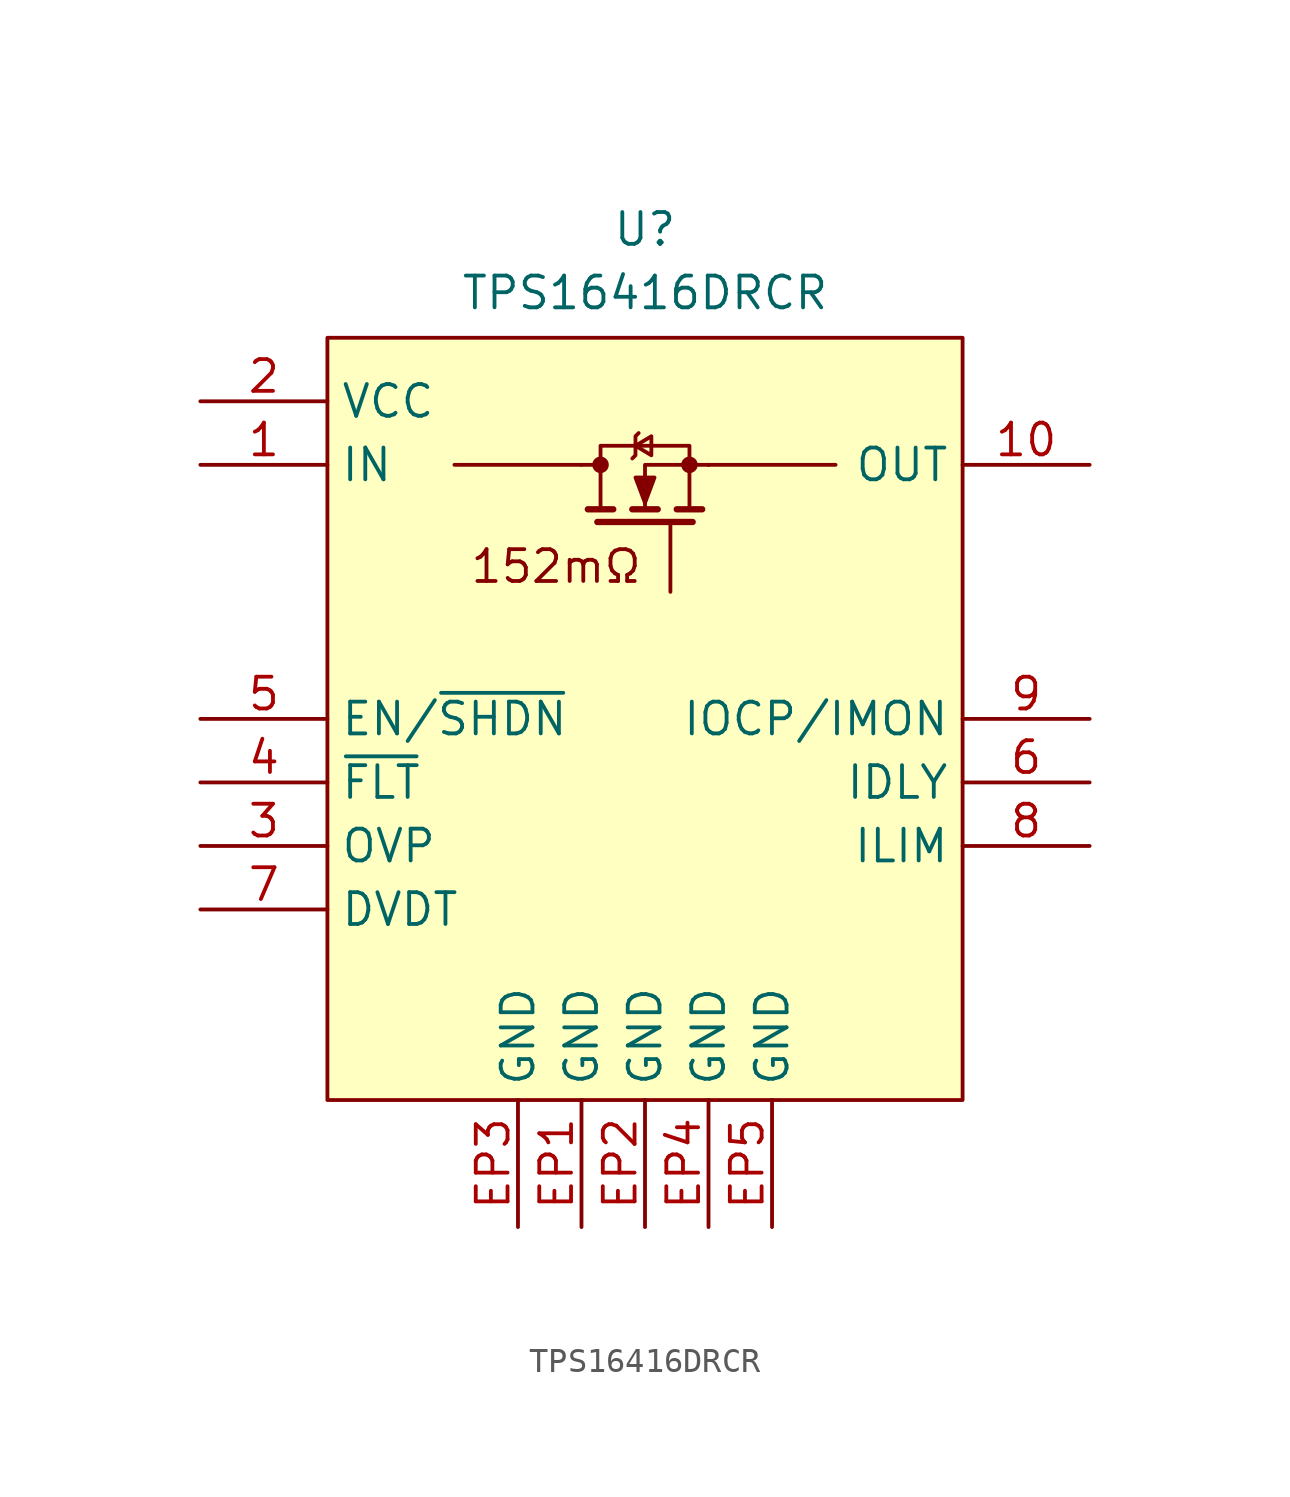
<source format=kicad_sym>
(kicad_symbol_lib
  (version 20231120)
  (generator "kicad_symbol_editor")
  (generator_version "8.0")
  (symbol "TPS16416DRCR"
    (property "Reference" "U"
      (at 0 17.78 0)
      (effects (font (size 1.27 1.27)) (justify top)))
    (property "Value" "TPS16416DRCR"
      (at 0 15.24 0)
      (effects (font (size 1.27 1.27)) (justify top)))
    (symbol "TPS16416DRCR_0_1"
      (circle (center -1.778 7.62) (radius 0.254) (stroke (width 0) (type default)) (fill (type outline)))
      (polyline (pts (xy -2.54 7.62) (xy -7.62 7.62)) (stroke (width 0) (type default)) (fill (type none)))
      (polyline (pts (xy -2.54 7.62) (xy -1.778 7.62)) (stroke (width 0) (type default)) (fill (type none)))
      (polyline (pts (xy -2.286 5.842) (xy -1.27 5.842)) (stroke (width 0.254) (type default)) (fill (type none)))
      (polyline (pts (xy -1.905 5.334) (xy 1.905 5.334)) (stroke (width 0.254) (type default)) (fill (type none)))
      (polyline (pts (xy -0.508 5.842) (xy 0.508 5.842)) (stroke (width 0.254) (type default)) (fill (type none)))
      (polyline (pts (xy 1.016 5.334) (xy 1.016 2.54)) (stroke (width 0) (type default)) (fill (type none)))
      (polyline (pts (xy 1.27 5.842) (xy 2.286 5.842)) (stroke (width 0.254) (type default)) (fill (type none)))
      (polyline (pts (xy 2.54 7.62) (xy 2.54 7.62)) (stroke (width 0) (type default)) (fill (type none)))
      (polyline (pts (xy 2.54 7.62) (xy 7.62 7.62)) (stroke (width 0) (type default)) (fill (type none)))
      (polyline (pts (xy 2.54 7.62) (xy 0 7.62) (xy 0 5.842)) (stroke (width 0) (type default)) (fill (type none)))
      (polyline (pts (xy -0.508 7.874) (xy -0.381 8.001) (xy -0.381 8.763) (xy -0.254 8.89)) (stroke (width 0) (type default)) (fill (type none)))
      (polyline (pts (xy -0.381 8.382) (xy 0.254 8.001) (xy 0.254 8.763) (xy -0.381 8.382)) (stroke (width 0) (type default)) (fill (type none)))
      (polyline (pts (xy 0 6.096) (xy -0.381 7.112) (xy 0.381 7.112) (xy 0 6.096)) (stroke (width 0) (type default)) (fill (type outline)))
      (polyline (pts (xy 1.778 5.842) (xy 1.778 8.382) (xy -1.778 8.382) (xy -1.778 5.842)) (stroke (width 0) (type default)) (fill (type none)))
      (circle (center 1.778 7.62) (radius 0.254) (stroke (width 0) (type default)) (fill (type outline))))
    (symbol "TPS16416DRCR_1_1"
      (rectangle (start -12.7 12.7) (end 12.7 -17.78) (stroke (width 0) (type default)) (fill (type background)))
      (text "152mΩ" (at -3.556 3.556 0) (effects (font (size 1.27 1.27))))
      (pin passive line (at -17.78 7.62 0) (length 5.08) (name "IN" (effects (font (size 1.27 1.27)))) (number "1" (effects (font (size 1.27 1.27)))))
      (pin passive line (at 17.78 7.62 180) (length 5.08) (name "OUT" (effects (font (size 1.27 1.27)))) (number "10" (effects (font (size 1.27 1.27)))))
      (pin passive line (at -17.78 10.16 0) (length 5.08) (name "VCC" (effects (font (size 1.27 1.27)))) (number "2" (effects (font (size 1.27 1.27)))))
      (pin passive line (at -17.78 -7.62 0) (length 5.08) (name "OVP" (effects (font (size 1.27 1.27)))) (number "3" (effects (font (size 1.27 1.27)))))
      (pin passive line (at -17.78 -5.08 0) (length 5.08) (name "~{FLT}" (effects (font (size 1.27 1.27)))) (number "4" (effects (font (size 1.27 1.27)))))
      (pin passive line (at -17.78 -2.54 0) (length 5.08) (name "EN/~{SHDN}" (effects (font (size 1.27 1.27)))) (number "5" (effects (font (size 1.27 1.27)))))
      (pin passive line (at 17.78 -5.08 180) (length 5.08) (name "IDLY" (effects (font (size 1.27 1.27)))) (number "6" (effects (font (size 1.27 1.27)))))
      (pin passive line (at -17.78 -10.16 0) (length 5.08) (name "DVDT" (effects (font (size 1.27 1.27)))) (number "7" (effects (font (size 1.27 1.27)))))
      (pin passive line (at 17.78 -7.62 180) (length 5.08) (name "ILIM" (effects (font (size 1.27 1.27)))) (number "8" (effects (font (size 1.27 1.27)))))
      (pin passive line (at 17.78 -2.54 180) (length 5.08) (name "IOCP/IMON" (effects (font (size 1.27 1.27)))) (number "9" (effects (font (size 1.27 1.27)))))
      (pin passive line (at -2.54 -22.86 90) (length 5.08) (name "GND" (effects (font (size 1.27 1.27)))) (number "EP1" (effects (font (size 1.27 1.27)))))
      (pin passive line (at 0 -22.86 90) (length 5.08) (name "GND" (effects (font (size 1.27 1.27)))) (number "EP2" (effects (font (size 1.27 1.27)))))
      (pin passive line (at -5.08 -22.86 90) (length 5.08) (name "GND" (effects (font (size 1.27 1.27)))) (number "EP3" (effects (font (size 1.27 1.27)))))
      (pin passive line (at 2.54 -22.86 90) (length 5.08) (name "GND" (effects (font (size 1.27 1.27)))) (number "EP4" (effects (font (size 1.27 1.27)))))
      (pin passive line (at 5.08 -22.86 90) (length 5.08) (name "GND" (effects (font (size 1.27 1.27)))) (number "EP5" (effects (font (size 1.27 1.27))))))))
</source>
